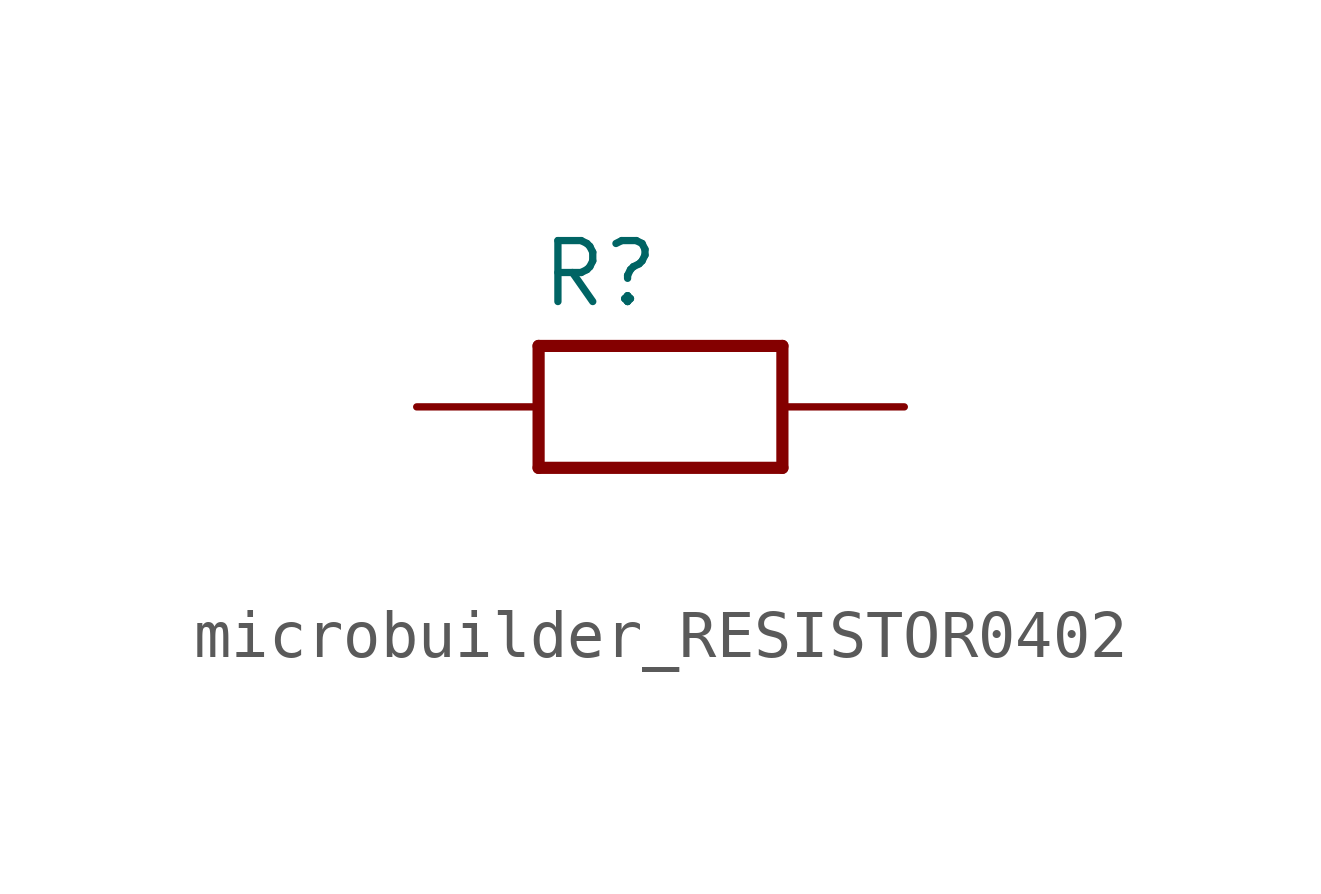
<source format=kicad_sym>
(kicad_symbol_lib
  (version 20220914)
  (generator kicad_symbol_editor)
  (symbol "microbuilder_RESISTOR0402"
    (property "Reference" "R"
      (at -2.54 2.032 0)
      (effects (font (size 1.27 1.27)) (justify left bottom)))
    (property "Value" ""
      (at -2.54 -3.175 0)
      (effects (font (size 1.27 1.27)) (justify left bottom)))
    (property "ki_locked" ""
      (at 0 0 0)
      (effects (font (size 1.27 1.27))))
    (symbol "microbuilder_RESISTOR0402_1_0"
      (polyline (pts (xy -2.54 -1.27) (xy -2.54 1.27)) (stroke (width 0.254) (type solid)) (fill (type none)))
      (polyline (pts (xy -2.54 1.27) (xy 2.54 1.27)) (stroke (width 0.254) (type solid)) (fill (type none)))
      (polyline (pts (xy 2.54 -1.27) (xy -2.54 -1.27)) (stroke (width 0.254) (type solid)) (fill (type none)))
      (polyline (pts (xy 2.54 1.27) (xy 2.54 -1.27)) (stroke (width 0.254) (type solid)) (fill (type none)))
      (pin passive line (at -5.08 0 0) (length 2.54) (name "1" (effects (font (size 0 0)))) (number "1" (effects (font (size 0 0)))))
      (pin passive line (at 5.08 0 180) (length 2.54) (name "2" (effects (font (size 0 0)))) (number "2" (effects (font (size 0 0))))))))
</source>
